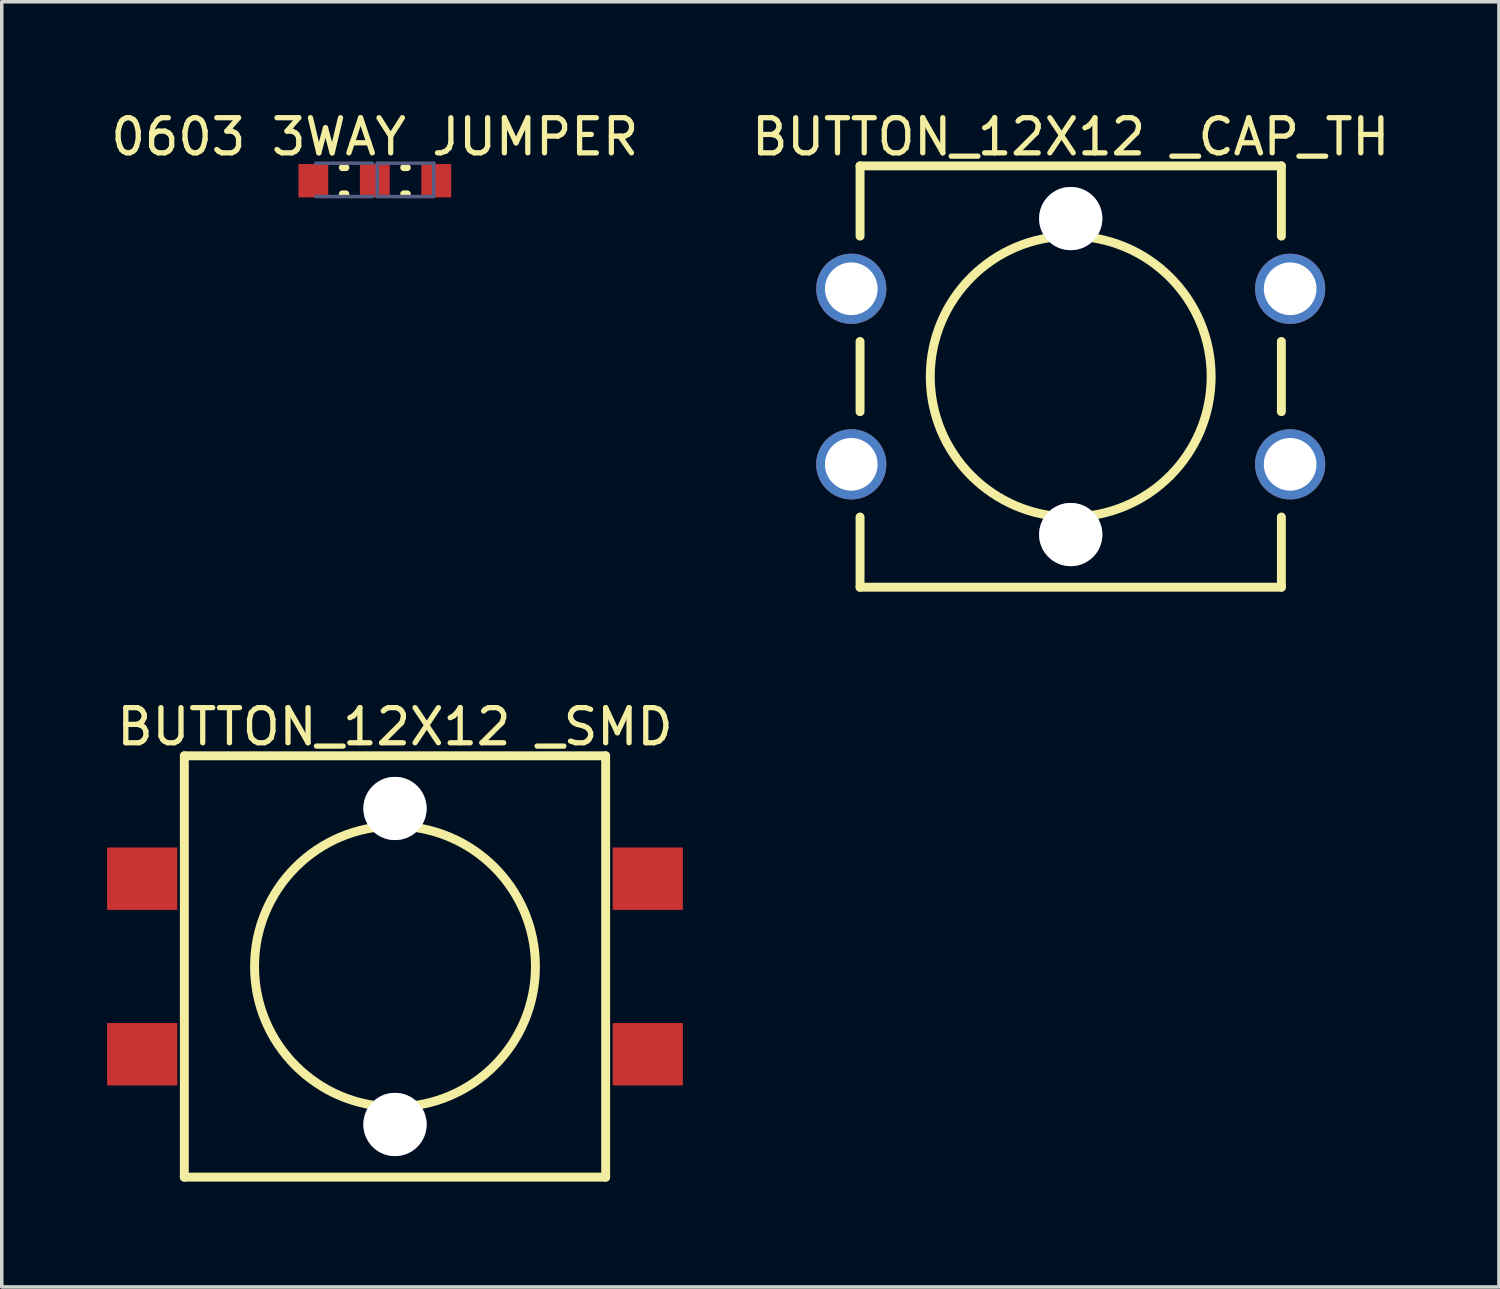
<source format=kicad_pcb>
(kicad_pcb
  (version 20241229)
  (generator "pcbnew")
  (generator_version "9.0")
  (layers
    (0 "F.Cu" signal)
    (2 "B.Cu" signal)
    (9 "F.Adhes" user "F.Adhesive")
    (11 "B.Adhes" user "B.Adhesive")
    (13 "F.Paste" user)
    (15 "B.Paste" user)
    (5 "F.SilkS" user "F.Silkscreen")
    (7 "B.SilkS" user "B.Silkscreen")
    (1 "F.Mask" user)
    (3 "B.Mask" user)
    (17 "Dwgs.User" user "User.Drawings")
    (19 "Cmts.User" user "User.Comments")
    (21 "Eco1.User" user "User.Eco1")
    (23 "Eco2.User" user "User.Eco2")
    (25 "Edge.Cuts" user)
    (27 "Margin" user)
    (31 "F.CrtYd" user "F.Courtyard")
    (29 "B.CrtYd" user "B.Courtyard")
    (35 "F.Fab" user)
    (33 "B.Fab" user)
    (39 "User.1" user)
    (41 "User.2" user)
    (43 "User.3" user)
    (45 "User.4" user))
  (footprint "BUTTON_12X12 _CAP_TH"
    (layer "F.Cu")
    (at 27.446 7.675)
    (property "Reference" "BUTTON_12X12 _CAP_TH" (at 0 -6.827 0) (layer "F.SilkS") (effects (font (size 1 1) (thickness 0.15))))
    (fp_line (start -6 -6) (end 6 -6) (stroke (width 0.254) (type solid)) (layer "F.SilkS"))
    (fp_line (start -6 -4) (end -6 -6) (stroke (width 0.254) (type solid)) (layer "F.SilkS"))
    (fp_line (start -6 1) (end -6 -1) (stroke (width 0.254) (type solid)) (layer "F.SilkS"))
    (fp_line (start -6 6) (end -6 4) (stroke (width 0.254) (type solid)) (layer "F.SilkS"))
    (fp_line (start -6 6) (end 6 6) (stroke (width 0.254) (type solid)) (layer "F.SilkS"))
    (fp_line (start 6 -4) (end 6 -6) (stroke (width 0.254) (type solid)) (layer "F.SilkS"))
    (fp_line (start 6 1) (end 6 -1) (stroke (width 0.254) (type solid)) (layer "F.SilkS"))
    (fp_line (start 6 6) (end 6 4) (stroke (width 0.254) (type solid)) (layer "F.SilkS"))
    (fp_circle (center 0 0) (end 0 -4) (stroke (width 0.254) (type solid)) (fill no) (layer "F.SilkS"))
    (pad "0" thru_hole circle (at 0 -4.5) (size 1.8 1.8) (drill 1.8) (layers "*.Cu" "*.Mask"))
    (pad "0" thru_hole circle (at 0 4.5) (size 1.8 1.8) (drill 1.8) (layers "*.Cu" "*.Mask"))
    (pad "1" thru_hole circle (at -6.25 -2.5) (size 2 2) (drill 1.5) (layers "*.Cu" "*.Mask"))
    (pad "1" thru_hole circle (at 6.25 -2.5) (size 2 2) (drill 1.5) (layers "*.Cu" "*.Mask"))
    (pad "2" thru_hole circle (at -6.25 2.5) (size 2 2) (drill 1.5) (layers "*.Cu" "*.Mask"))
    (pad "2" thru_hole circle (at 6.25 2.5) (size 2 2) (drill 1.5) (layers "*.Cu" "*.Mask")))
  (footprint "0603 3WAY JUMPER"
    (layer "F.Cu")
    (at 7.7 2.098)
    (property "Reference" "0603 3WAY JUMPER" (at -0.075 -1.25 0) (layer "F.SilkS") (effects (font (size 1 1) (thickness 0.15))))
    (fp_line (start -1 -0.375) (end -0.9 -0.375) (stroke (width 0.2) (type solid)) (layer "F.SilkS"))
    (fp_line (start -1 0.375) (end -0.9 0.375) (stroke (width 0.2) (type solid)) (layer "F.SilkS"))
    (fp_line (start 0.75 -0.375) (end 0.85 -0.375) (stroke (width 0.2) (type solid)) (layer "F.SilkS"))
    (fp_line (start 0.75 0.375) (end 0.85 0.375) (stroke (width 0.2) (type solid)) (layer "F.SilkS"))
    (fp_line (start -2.5 -0.725) (end 2.35 -0.725) (stroke (width 0.1) (type solid)) (layer "Eco2.User"))
    (fp_line (start -2.5 0.725) (end -2.5 -0.725) (stroke (width 0.1) (type solid)) (layer "Eco2.User"))
    (fp_line (start -2.5 0.725) (end 2.35 0.725) (stroke (width 0.1) (type solid)) (layer "Eco2.User"))
    (fp_line (start 0.35 0) (end 1.25 0) (stroke (width 0.1) (type solid)) (layer "Eco2.User"))
    (fp_line (start 0.8 0.45) (end 0.8 -0.45) (stroke (width 0.1) (type solid)) (layer "Eco2.User"))
    (fp_line (start 2.35 0.725) (end 2.35 -0.725) (stroke (width 0.1) (type solid)) (layer "Eco2.User"))
    (fp_line (start -1.755 -0.5) (end -0.145 -0.5) (stroke (width 0.1) (type solid)) (layer "B.Fab"))
    (fp_line (start -1.755 0.45) (end -0.145 0.45) (stroke (width 0.1) (type solid)) (layer "B.Fab"))
    (fp_line (start -0.005 -0.5) (end 1.605 -0.5) (stroke (width 0.1) (type solid)) (layer "B.Fab"))
    (fp_line (start -0.005 0.45) (end -0.005 -0.5) (stroke (width 0.1) (type solid)) (layer "B.Fab"))
    (fp_line (start -0.005 0.45) (end 1.605 0.45) (stroke (width 0.1) (type solid)) (layer "B.Fab"))
    (fp_line (start 1.605 0.45) (end 1.605 -0.5) (stroke (width 0.1) (type solid)) (layer "B.Fab"))
    (pad "1" smd rect (at 1.675 0 270) (size 0.95 0.85) (layers "F.Cu" "F.Mask" "F.Paste"))
    (pad "2" smd rect (at -0.075 0 270) (size 0.95 0.85) (layers "F.Cu" "F.Mask" "F.Paste"))
    (pad "3" smd rect (at -1.825 0 270) (size 0.95 0.85) (layers "F.Cu" "F.Mask" "F.Paste")))
  (footprint "BUTTON_12X12 _SMD"
    (layer "F.Cu")
    (at 8.2 24.477)
    (property "Reference" "BUTTON_12X12 _SMD" (at 0 -6.827 0) (layer "F.SilkS") (effects (font (size 1 1) (thickness 0.15))))
    (fp_line (start -6 -6) (end 6 -6) (stroke (width 0.254) (type solid)) (layer "F.SilkS"))
    (fp_line (start -6 6) (end -6 -6) (stroke (width 0.254) (type solid)) (layer "F.SilkS"))
    (fp_line (start -6 6) (end 6 6) (stroke (width 0.254) (type solid)) (layer "F.SilkS"))
    (fp_line (start 6 6) (end 6 -6) (stroke (width 0.254) (type solid)) (layer "F.SilkS"))
    (fp_circle (center 0 0) (end 0 -4) (stroke (width 0.254) (type solid)) (fill no) (layer "F.SilkS"))
    (pad "0" thru_hole circle (at 0.00008 -4.5) (size 1.8 1.8) (drill 1.8) (layers "*.Cu" "*.Mask"))
    (pad "0" thru_hole circle (at 0.00008 4.5) (size 1.8 1.8) (drill 1.8) (layers "*.Cu" "*.Mask"))
    (pad "1" smd rect (at -7.2 -2.5) (size 2 1.778) (layers "F.Cu" "F.Mask" "F.Paste"))
    (pad "1" smd rect (at 7.2 -2.5) (size 2 1.778) (layers "F.Cu" "F.Mask" "F.Paste"))
    (pad "2" smd rect (at -7.2 2.5) (size 2 1.778) (layers "F.Cu" "F.Mask" "F.Paste"))
    (pad "2" smd rect (at 7.2 2.5) (size 2 1.778) (layers "F.Cu" "F.Mask" "F.Paste")))
  (gr_rect
    (start -3 -3)
    (end 39.643 33.605)
    (stroke (width 0.1) (type default))
    (fill no)
    (layer "Edge.Cuts")))
</source>
